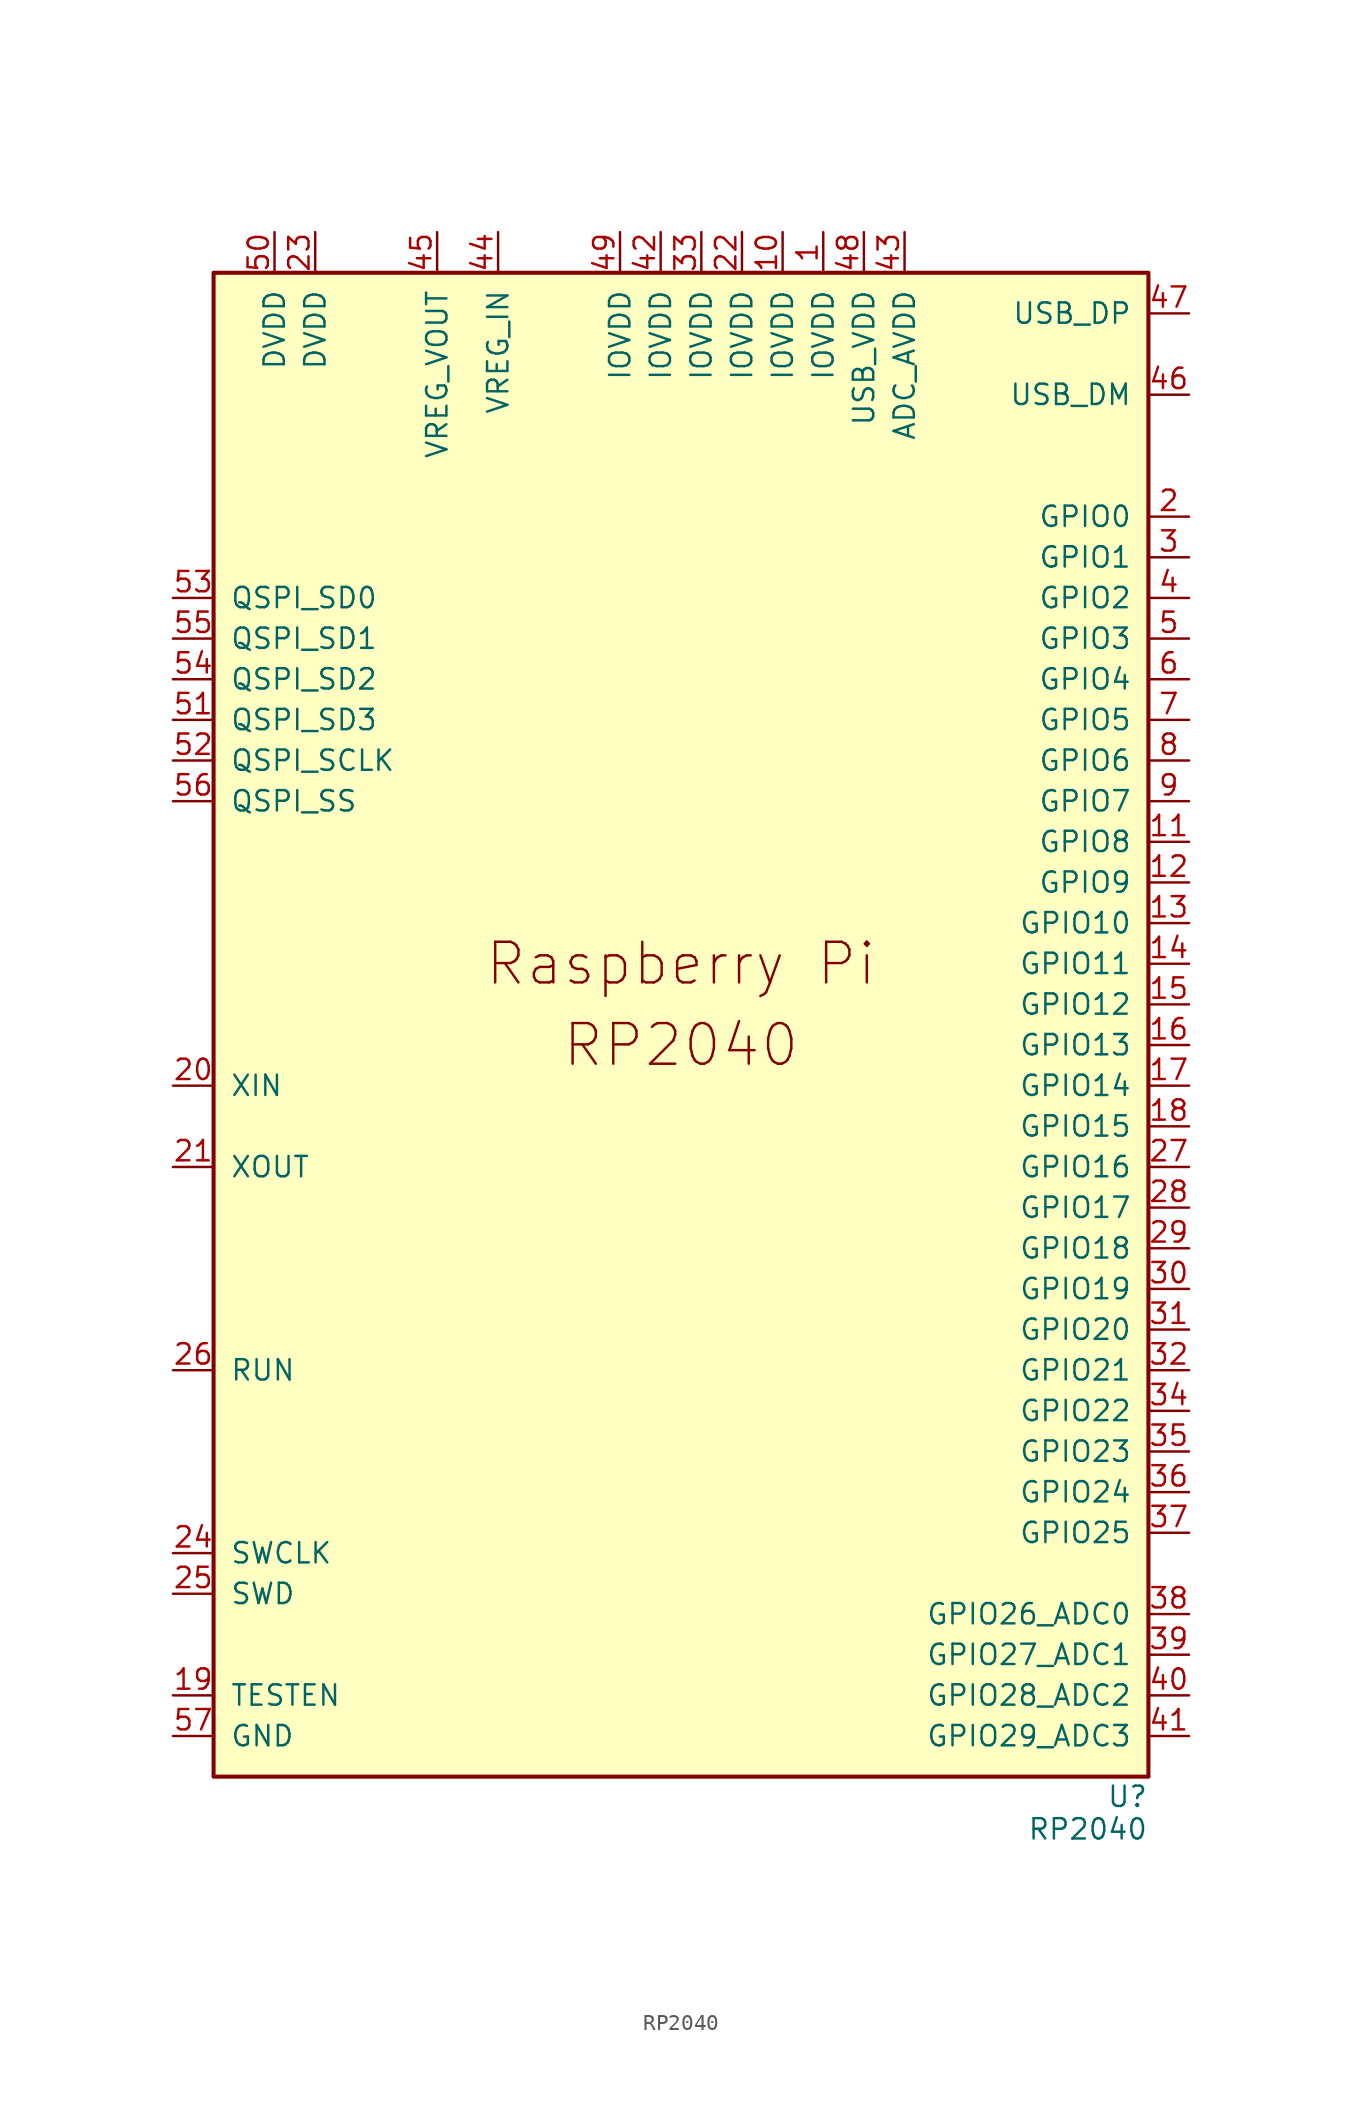
<source format=kicad_sym>
(kicad_symbol_lib
  (version 20231120)
  (generator "kicad_symbol_editor")
  (generator_version "8.0")
  (symbol "RP2040"
    (pin_names
      (offset 1.016))
    (property "Reference" "U"
      (at 29.21 -46.228 0)
      (effects (font (size 1.27 1.27)) (justify right top)))
    (property "Value" "RP2040"
      (at 29.21 -48.26 0)
      (effects (font (size 1.27 1.27)) (justify right top)))
    (symbol "RP2040_0_0"
      (text "Raspberry Pi" (at 0 5.08 0) (effects (font (size 2.54 2.54))))
      (text "RP2040" (at 0 0 0) (effects (font (size 2.54 2.54)))))
    (symbol "RP2040_0_1"
      (rectangle (start -29.21 48.26) (end 29.21 -45.72) (stroke (width 0.254) (type default)) (fill (type background))))
    (symbol "RP2040_1_1"
      (pin power_in line (at 8.89 50.8 270) (length 2.54) (name "IOVDD" (effects (font (size 1.27 1.27)))) (number "1" (effects (font (size 1.27 1.27)))))
      (pin power_in line (at 6.35 50.8 270) (length 2.54) (name "IOVDD" (effects (font (size 1.27 1.27)))) (number "10" (effects (font (size 1.27 1.27)))))
      (pin bidirectional line (at 31.75 12.7 180) (length 2.54) (name "GPIO8" (effects (font (size 1.27 1.27)))) (number "11" (effects (font (size 1.27 1.27)))))
      (pin bidirectional line (at 31.75 10.16 180) (length 2.54) (name "GPIO9" (effects (font (size 1.27 1.27)))) (number "12" (effects (font (size 1.27 1.27)))))
      (pin bidirectional line (at 31.75 7.62 180) (length 2.54) (name "GPIO10" (effects (font (size 1.27 1.27)))) (number "13" (effects (font (size 1.27 1.27)))))
      (pin bidirectional line (at 31.75 5.08 180) (length 2.54) (name "GPIO11" (effects (font (size 1.27 1.27)))) (number "14" (effects (font (size 1.27 1.27)))))
      (pin bidirectional line (at 31.75 2.54 180) (length 2.54) (name "GPIO12" (effects (font (size 1.27 1.27)))) (number "15" (effects (font (size 1.27 1.27)))))
      (pin bidirectional line (at 31.75 0 180) (length 2.54) (name "GPIO13" (effects (font (size 1.27 1.27)))) (number "16" (effects (font (size 1.27 1.27)))))
      (pin bidirectional line (at 31.75 -2.54 180) (length 2.54) (name "GPIO14" (effects (font (size 1.27 1.27)))) (number "17" (effects (font (size 1.27 1.27)))))
      (pin bidirectional line (at 31.75 -5.08 180) (length 2.54) (name "GPIO15" (effects (font (size 1.27 1.27)))) (number "18" (effects (font (size 1.27 1.27)))))
      (pin passive line (at -31.75 -40.64 0) (length 2.54) (name "TESTEN" (effects (font (size 1.27 1.27)))) (number "19" (effects (font (size 1.27 1.27)))))
      (pin bidirectional line (at 31.75 33.02 180) (length 2.54) (name "GPIO0" (effects (font (size 1.27 1.27)))) (number "2" (effects (font (size 1.27 1.27)))))
      (pin input line (at -31.75 -2.54 0) (length 2.54) (name "XIN" (effects (font (size 1.27 1.27)))) (number "20" (effects (font (size 1.27 1.27)))))
      (pin passive line (at -31.75 -7.62 0) (length 2.54) (name "XOUT" (effects (font (size 1.27 1.27)))) (number "21" (effects (font (size 1.27 1.27)))))
      (pin power_in line (at 3.81 50.8 270) (length 2.54) (name "IOVDD" (effects (font (size 1.27 1.27)))) (number "22" (effects (font (size 1.27 1.27)))))
      (pin power_in line (at -22.86 50.8 270) (length 2.54) (name "DVDD" (effects (font (size 1.27 1.27)))) (number "23" (effects (font (size 1.27 1.27)))))
      (pin output line (at -31.75 -31.75 0) (length 2.54) (name "SWCLK" (effects (font (size 1.27 1.27)))) (number "24" (effects (font (size 1.27 1.27)))))
      (pin bidirectional line (at -31.75 -34.29 0) (length 2.54) (name "SWD" (effects (font (size 1.27 1.27)))) (number "25" (effects (font (size 1.27 1.27)))))
      (pin input line (at -31.75 -20.32 0) (length 2.54) (name "RUN" (effects (font (size 1.27 1.27)))) (number "26" (effects (font (size 1.27 1.27)))))
      (pin bidirectional line (at 31.75 -7.62 180) (length 2.54) (name "GPIO16" (effects (font (size 1.27 1.27)))) (number "27" (effects (font (size 1.27 1.27)))))
      (pin bidirectional line (at 31.75 -10.16 180) (length 2.54) (name "GPIO17" (effects (font (size 1.27 1.27)))) (number "28" (effects (font (size 1.27 1.27)))))
      (pin bidirectional line (at 31.75 -12.7 180) (length 2.54) (name "GPIO18" (effects (font (size 1.27 1.27)))) (number "29" (effects (font (size 1.27 1.27)))))
      (pin bidirectional line (at 31.75 30.48 180) (length 2.54) (name "GPIO1" (effects (font (size 1.27 1.27)))) (number "3" (effects (font (size 1.27 1.27)))))
      (pin bidirectional line (at 31.75 -15.24 180) (length 2.54) (name "GPIO19" (effects (font (size 1.27 1.27)))) (number "30" (effects (font (size 1.27 1.27)))))
      (pin bidirectional line (at 31.75 -17.78 180) (length 2.54) (name "GPIO20" (effects (font (size 1.27 1.27)))) (number "31" (effects (font (size 1.27 1.27)))))
      (pin bidirectional line (at 31.75 -20.32 180) (length 2.54) (name "GPIO21" (effects (font (size 1.27 1.27)))) (number "32" (effects (font (size 1.27 1.27)))))
      (pin power_in line (at 1.27 50.8 270) (length 2.54) (name "IOVDD" (effects (font (size 1.27 1.27)))) (number "33" (effects (font (size 1.27 1.27)))))
      (pin bidirectional line (at 31.75 -22.86 180) (length 2.54) (name "GPIO22" (effects (font (size 1.27 1.27)))) (number "34" (effects (font (size 1.27 1.27)))))
      (pin bidirectional line (at 31.75 -25.4 180) (length 2.54) (name "GPIO23" (effects (font (size 1.27 1.27)))) (number "35" (effects (font (size 1.27 1.27)))))
      (pin bidirectional line (at 31.75 -27.94 180) (length 2.54) (name "GPIO24" (effects (font (size 1.27 1.27)))) (number "36" (effects (font (size 1.27 1.27)))))
      (pin bidirectional line (at 31.75 -30.48 180) (length 2.54) (name "GPIO25" (effects (font (size 1.27 1.27)))) (number "37" (effects (font (size 1.27 1.27)))))
      (pin bidirectional line (at 31.75 -35.56 180) (length 2.54) (name "GPIO26_ADC0" (effects (font (size 1.27 1.27)))) (number "38" (effects (font (size 1.27 1.27)))))
      (pin bidirectional line (at 31.75 -38.1 180) (length 2.54) (name "GPIO27_ADC1" (effects (font (size 1.27 1.27)))) (number "39" (effects (font (size 1.27 1.27)))))
      (pin bidirectional line (at 31.75 27.94 180) (length 2.54) (name "GPIO2" (effects (font (size 1.27 1.27)))) (number "4" (effects (font (size 1.27 1.27)))))
      (pin bidirectional line (at 31.75 -40.64 180) (length 2.54) (name "GPIO28_ADC2" (effects (font (size 1.27 1.27)))) (number "40" (effects (font (size 1.27 1.27)))))
      (pin bidirectional line (at 31.75 -43.18 180) (length 2.54) (name "GPIO29_ADC3" (effects (font (size 1.27 1.27)))) (number "41" (effects (font (size 1.27 1.27)))))
      (pin power_in line (at -1.27 50.8 270) (length 2.54) (name "IOVDD" (effects (font (size 1.27 1.27)))) (number "42" (effects (font (size 1.27 1.27)))))
      (pin power_in line (at 13.97 50.8 270) (length 2.54) (name "ADC_AVDD" (effects (font (size 1.27 1.27)))) (number "43" (effects (font (size 1.27 1.27)))))
      (pin power_in line (at -11.43 50.8 270) (length 2.54) (name "VREG_IN" (effects (font (size 1.27 1.27)))) (number "44" (effects (font (size 1.27 1.27)))))
      (pin power_out line (at -15.24 50.8 270) (length 2.54) (name "VREG_VOUT" (effects (font (size 1.27 1.27)))) (number "45" (effects (font (size 1.27 1.27)))))
      (pin bidirectional line (at 31.75 40.64 180) (length 2.54) (name "USB_DM" (effects (font (size 1.27 1.27)))) (number "46" (effects (font (size 1.27 1.27)))))
      (pin bidirectional line (at 31.75 45.72 180) (length 2.54) (name "USB_DP" (effects (font (size 1.27 1.27)))) (number "47" (effects (font (size 1.27 1.27)))))
      (pin power_in line (at 11.43 50.8 270) (length 2.54) (name "USB_VDD" (effects (font (size 1.27 1.27)))) (number "48" (effects (font (size 1.27 1.27)))))
      (pin power_in line (at -3.81 50.8 270) (length 2.54) (name "IOVDD" (effects (font (size 1.27 1.27)))) (number "49" (effects (font (size 1.27 1.27)))))
      (pin bidirectional line (at 31.75 25.4 180) (length 2.54) (name "GPIO3" (effects (font (size 1.27 1.27)))) (number "5" (effects (font (size 1.27 1.27)))))
      (pin power_in line (at -25.4 50.8 270) (length 2.54) (name "DVDD" (effects (font (size 1.27 1.27)))) (number "50" (effects (font (size 1.27 1.27)))))
      (pin bidirectional line (at -31.75 20.32 0) (length 2.54) (name "QSPI_SD3" (effects (font (size 1.27 1.27)))) (number "51" (effects (font (size 1.27 1.27)))))
      (pin output line (at -31.75 17.78 0) (length 2.54) (name "QSPI_SCLK" (effects (font (size 1.27 1.27)))) (number "52" (effects (font (size 1.27 1.27)))))
      (pin bidirectional line (at -31.75 27.94 0) (length 2.54) (name "QSPI_SD0" (effects (font (size 1.27 1.27)))) (number "53" (effects (font (size 1.27 1.27)))))
      (pin bidirectional line (at -31.75 22.86 0) (length 2.54) (name "QSPI_SD2" (effects (font (size 1.27 1.27)))) (number "54" (effects (font (size 1.27 1.27)))))
      (pin bidirectional line (at -31.75 25.4 0) (length 2.54) (name "QSPI_SD1" (effects (font (size 1.27 1.27)))) (number "55" (effects (font (size 1.27 1.27)))))
      (pin bidirectional line (at -31.75 15.24 0) (length 2.54) (name "QSPI_SS" (effects (font (size 1.27 1.27)))) (number "56" (effects (font (size 1.27 1.27)))))
      (pin power_in line (at -31.75 -43.18 0) (length 2.54) (name "GND" (effects (font (size 1.27 1.27)))) (number "57" (effects (font (size 1.27 1.27)))))
      (pin bidirectional line (at 31.75 22.86 180) (length 2.54) (name "GPIO4" (effects (font (size 1.27 1.27)))) (number "6" (effects (font (size 1.27 1.27)))))
      (pin bidirectional line (at 31.75 20.32 180) (length 2.54) (name "GPIO5" (effects (font (size 1.27 1.27)))) (number "7" (effects (font (size 1.27 1.27)))))
      (pin bidirectional line (at 31.75 17.78 180) (length 2.54) (name "GPIO6" (effects (font (size 1.27 1.27)))) (number "8" (effects (font (size 1.27 1.27)))))
      (pin bidirectional line (at 31.75 15.24 180) (length 2.54) (name "GPIO7" (effects (font (size 1.27 1.27)))) (number "9" (effects (font (size 1.27 1.27))))))))
</source>
